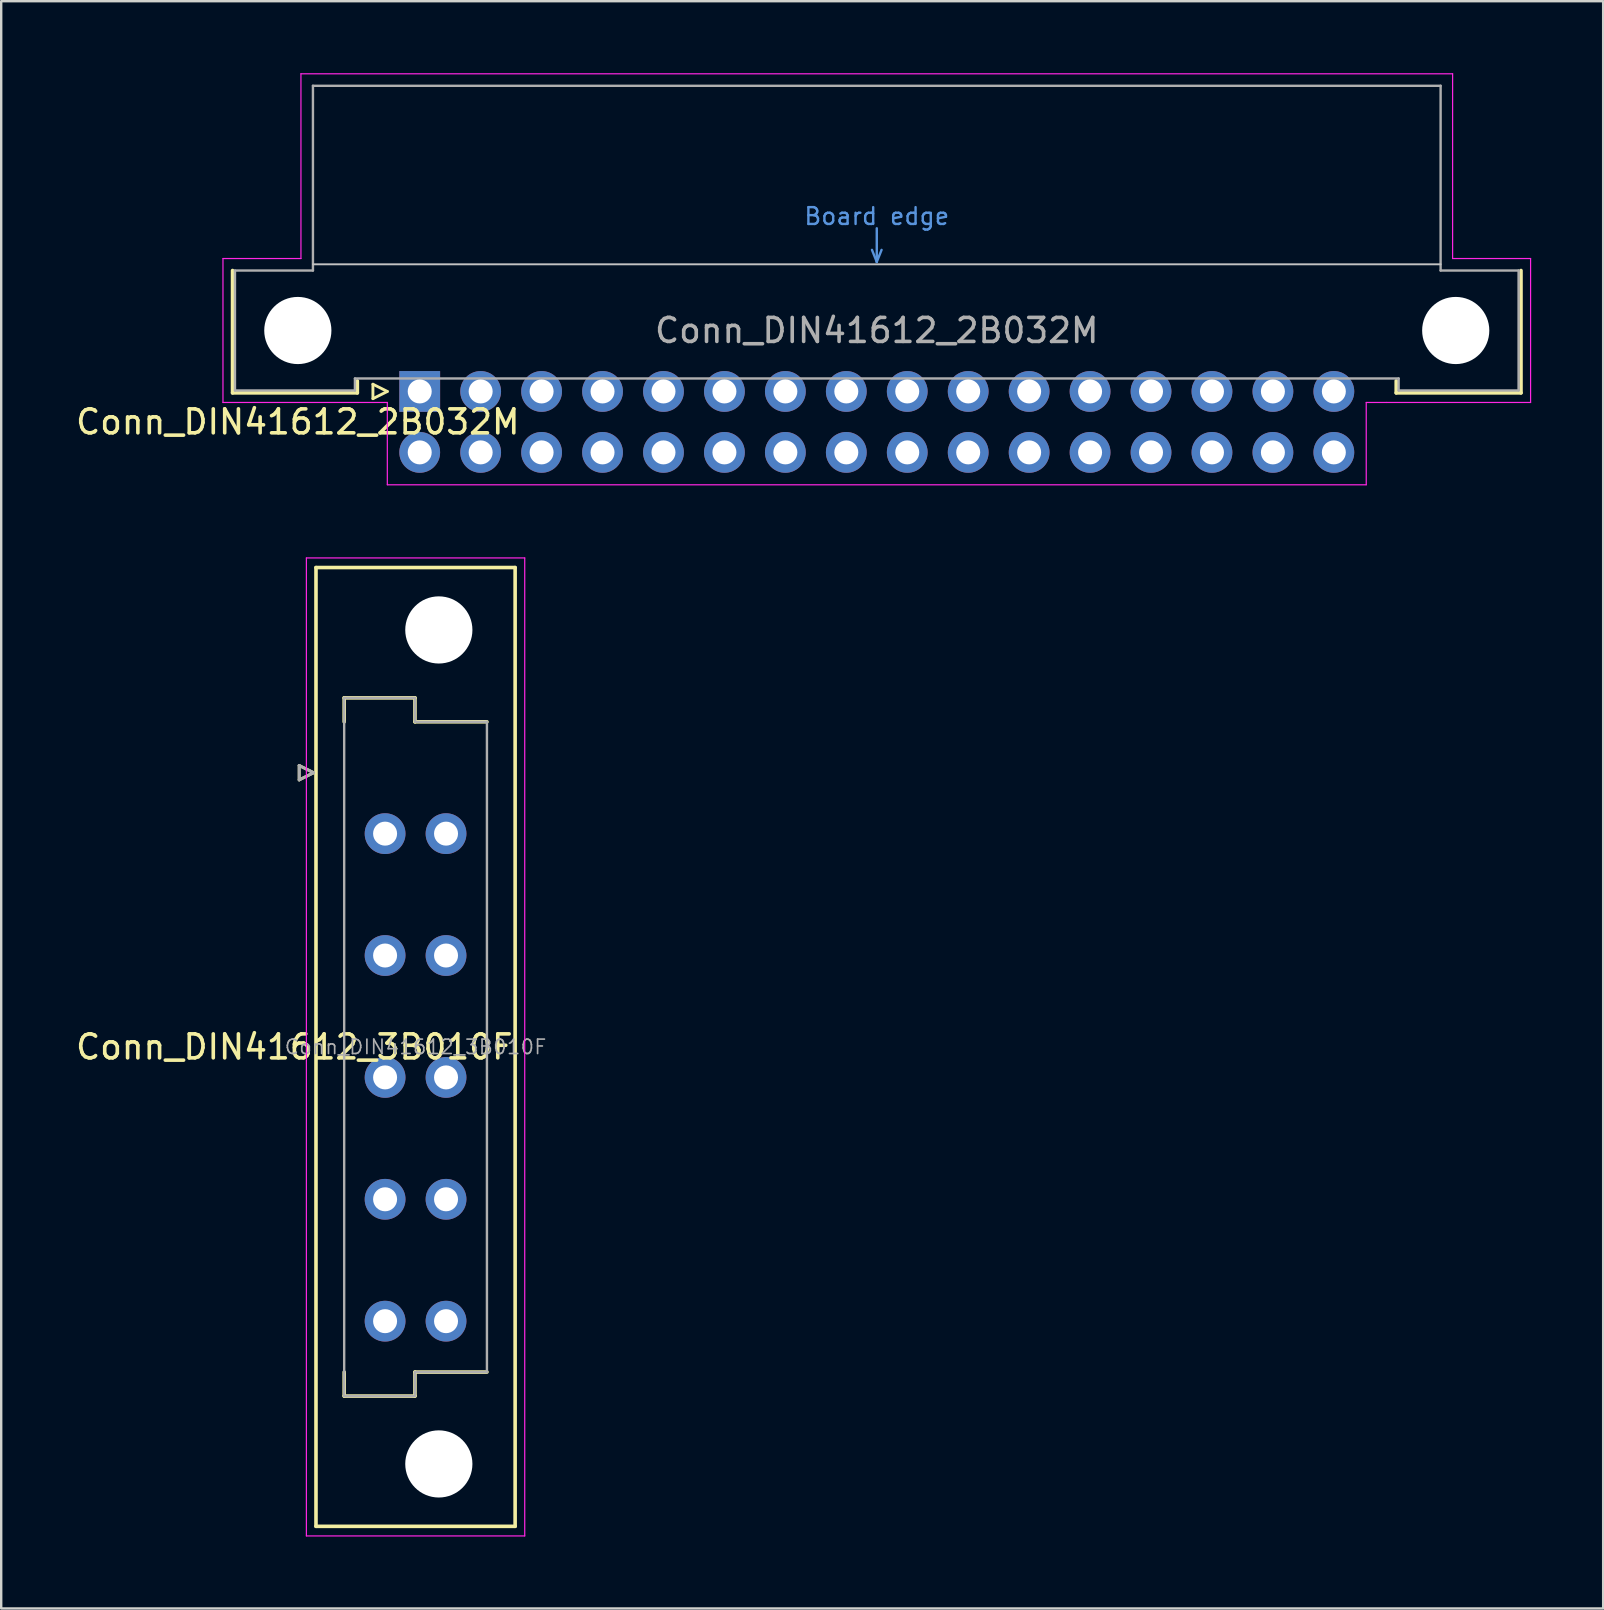
<source format=kicad_pcb>
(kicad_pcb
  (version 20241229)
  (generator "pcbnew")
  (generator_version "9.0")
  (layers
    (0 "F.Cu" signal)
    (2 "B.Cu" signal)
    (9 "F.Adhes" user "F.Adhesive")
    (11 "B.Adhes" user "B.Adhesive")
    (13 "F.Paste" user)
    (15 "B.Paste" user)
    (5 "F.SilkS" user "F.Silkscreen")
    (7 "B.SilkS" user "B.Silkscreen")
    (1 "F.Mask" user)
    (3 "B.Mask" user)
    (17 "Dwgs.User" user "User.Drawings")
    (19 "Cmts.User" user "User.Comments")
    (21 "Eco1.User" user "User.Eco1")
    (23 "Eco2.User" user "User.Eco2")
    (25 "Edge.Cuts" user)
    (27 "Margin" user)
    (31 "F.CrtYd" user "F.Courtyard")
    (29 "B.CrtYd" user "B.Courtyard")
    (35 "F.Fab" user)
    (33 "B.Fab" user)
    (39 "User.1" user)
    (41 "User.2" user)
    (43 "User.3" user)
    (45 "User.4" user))
  (footprint "Conn_DIN41612_3B010F"
    (layer "F.Cu")
    (at 13 29.155)
    (property "Reference" "Conn_DIN41612_3B010F" (at -3.78 11.43 0) (layer "F.SilkS") (effects (font (size 1 1) (thickness 0.15))))
    (attr through_hole)
    (fp_line (start -3.58 -0.3) (end -3.58 0.3) (stroke (width 0.12) (type solid)) (layer "F.SilkS"))
    (fp_line (start -3.58 0.3) (end -2.98 0) (stroke (width 0.12) (type solid)) (layer "F.SilkS"))
    (fp_line (start -2.98 0) (end -3.58 -0.3) (stroke (width 0.12) (type solid)) (layer "F.SilkS"))
    (fp_line (start -2.88 -8.55) (end -2.88 31.41) (stroke (width 0.15) (type solid)) (layer "F.SilkS"))
    (fp_line (start -2.88 31.41) (end 5.42 31.41) (stroke (width 0.15) (type solid)) (layer "F.SilkS"))
    (fp_line (start -1.705 -3.12) (end 1.245 -3.12) (stroke (width 0.15) (type solid)) (layer "F.SilkS"))
    (fp_line (start -1.705 -2.12) (end -1.705 -3.12) (stroke (width 0.15) (type solid)) (layer "F.SilkS"))
    (fp_line (start -1.705 25.98) (end -1.705 24.98) (stroke (width 0.15) (type solid)) (layer "F.SilkS"))
    (fp_line (start 1.245 -3.12) (end 1.245 -2.12) (stroke (width 0.15) (type solid)) (layer "F.SilkS"))
    (fp_line (start 1.245 -2.12) (end 4.245 -2.12) (stroke (width 0.15) (type solid)) (layer "F.SilkS"))
    (fp_line (start 1.245 24.98) (end 1.245 25.98) (stroke (width 0.15) (type solid)) (layer "F.SilkS"))
    (fp_line (start 1.245 25.98) (end -1.705 25.98) (stroke (width 0.15) (type solid)) (layer "F.SilkS"))
    (fp_line (start 4.245 24.98) (end 1.245 24.98) (stroke (width 0.15) (type solid)) (layer "F.SilkS"))
    (fp_line (start 5.42 -8.55) (end -2.88 -8.55) (stroke (width 0.15) (type solid)) (layer "F.SilkS"))
    (fp_line (start 5.42 31.41) (end 5.42 -8.55) (stroke (width 0.15) (type solid)) (layer "F.SilkS"))
    (fp_line (start -3.28 -8.95) (end -3.28 31.81) (stroke (width 0.05) (type solid)) (layer "F.CrtYd"))
    (fp_line (start -3.28 31.81) (end 5.82 31.81) (stroke (width 0.05) (type solid)) (layer "F.CrtYd"))
    (fp_line (start 5.82 -8.95) (end -3.28 -8.95) (stroke (width 0.05) (type solid)) (layer "F.CrtYd"))
    (fp_line (start 5.82 31.81) (end 5.82 -8.95) (stroke (width 0.05) (type solid)) (layer "F.CrtYd"))
    (fp_line (start -3.58 -0.3) (end -3.58 0.3) (stroke (width 0.12) (type solid)) (layer "F.Fab"))
    (fp_line (start -3.58 0.3) (end -2.98 0) (stroke (width 0.12) (type solid)) (layer "F.Fab"))
    (fp_line (start -2.98 0) (end -3.58 -0.3) (stroke (width 0.12) (type solid)) (layer "F.Fab"))
    (fp_line (start -1.705 -3.12) (end 1.245 -3.12) (stroke (width 0.1) (type solid)) (layer "F.Fab"))
    (fp_line (start -1.705 -2.12) (end -1.705 -3.12) (stroke (width 0.1) (type solid)) (layer "F.Fab"))
    (fp_line (start -1.705 24.98) (end -1.705 -2.12) (stroke (width 0.1) (type solid)) (layer "F.Fab"))
    (fp_line (start -1.705 25.98) (end -1.705 24.98) (stroke (width 0.1) (type solid)) (layer "F.Fab"))
    (fp_line (start 1.245 -3.12) (end 1.245 -2.12) (stroke (width 0.1) (type solid)) (layer "F.Fab"))
    (fp_line (start 1.245 -2.12) (end 4.245 -2.12) (stroke (width 0.1) (type solid)) (layer "F.Fab"))
    (fp_line (start 1.245 24.98) (end 1.245 25.98) (stroke (width 0.1) (type solid)) (layer "F.Fab"))
    (fp_line (start 1.245 25.98) (end -1.705 25.98) (stroke (width 0.1) (type solid)) (layer "F.Fab"))
    (fp_line (start 4.245 -2.12) (end 4.245 24.98) (stroke (width 0.1) (type solid)) (layer "F.Fab"))
    (fp_line (start 4.245 24.98) (end 1.245 24.98) (stroke (width 0.1) (type solid)) (layer "F.Fab"))
    (fp_text user "${REFERENCE}" (at 1.27 11.43 0) (layer "F.Fab") (effects (font (size 0.6 0.6) (thickness 0.07))))
    (pad "" np_thru_hole circle (at 2.24 -5.95) (size 2.8 2.8) (drill 2.8) (layers "*.Cu" "*.Mask"))
    (pad "" np_thru_hole circle (at 2.24 28.81) (size 2.8 2.8) (drill 2.8) (layers "*.Cu" "*.Mask"))
    (pad "A2" thru_hole circle (at 0 2.54) (size 1.7 1.7) (drill 1) (layers "*.Cu" "*.Mask"))
    (pad "A4" thru_hole circle (at 0 7.62) (size 1.7 1.7) (drill 1) (layers "*.Cu" "*.Mask"))
    (pad "A6" thru_hole circle (at 0 12.7) (size 1.7 1.7) (drill 1) (layers "*.Cu" "*.Mask"))
    (pad "A8" thru_hole circle (at 0 17.78) (size 1.7 1.7) (drill 1) (layers "*.Cu" "*.Mask"))
    (pad "A10" thru_hole circle (at 0 22.86) (size 1.7 1.7) (drill 1) (layers "*.Cu" "*.Mask"))
    (pad "B2" thru_hole circle (at 2.54 2.54) (size 1.7 1.7) (drill 1) (layers "*.Cu" "*.Mask"))
    (pad "B4" thru_hole circle (at 2.54 7.62) (size 1.7 1.7) (drill 1) (layers "*.Cu" "*.Mask"))
    (pad "B6" thru_hole circle (at 2.54 12.7) (size 1.7 1.7) (drill 1) (layers "*.Cu" "*.Mask"))
    (pad "B8" thru_hole circle (at 2.54 17.78) (size 1.7 1.7) (drill 1) (layers "*.Cu" "*.Mask"))
    (pad "B10" thru_hole circle (at 2.54 22.86) (size 1.7 1.7) (drill 1) (layers "*.Cu" "*.Mask")))
  (footprint "Conn_DIN41612_2B032M"
    (layer "F.Cu")
    (at 14.443 13.265)
    (property "Reference" "Conn_DIN41612_2B032M" (at -5.08 1.27 0) (layer "F.SilkS") (effects (font (size 1 1) (thickness 0.15))))
    (attr through_hole)
    (fp_line (start -7.8 0.06) (end -7.8 -5.04) (stroke (width 0.15) (type solid)) (layer "F.SilkS"))
    (fp_line (start -2.6 -0.44) (end -2.6 0.06) (stroke (width 0.15) (type solid)) (layer "F.SilkS"))
    (fp_line (start -2.6 0.06) (end -7.8 0.06) (stroke (width 0.15) (type solid)) (layer "F.SilkS"))
    (fp_line (start -1.95 -0.3) (end -1.95 0.3) (stroke (width 0.12) (type solid)) (layer "F.SilkS"))
    (fp_line (start -1.95 0.3) (end -1.35 0) (stroke (width 0.12) (type solid)) (layer "F.SilkS"))
    (fp_line (start -1.35 0) (end -1.95 -0.3) (stroke (width 0.12) (type solid)) (layer "F.SilkS"))
    (fp_line (start 40.7 -0.44) (end 40.7 0.06) (stroke (width 0.15) (type solid)) (layer "F.SilkS"))
    (fp_line (start 40.7 0.06) (end 45.9 0.06) (stroke (width 0.15) (type solid)) (layer "F.SilkS"))
    (fp_line (start 45.9 0.06) (end 45.9 -5.04) (stroke (width 0.15) (type solid)) (layer "F.SilkS"))
    (fp_line (start -4.45 -5.3) (end 42.55 -5.3) (stroke (width 0.08) (type solid)) (layer "Dwgs.User"))
    (fp_line (start 18.85 -5.9) (end 19.05 -5.4) (stroke (width 0.1) (type solid)) (layer "Cmts.User"))
    (fp_line (start 19.05 -6.8) (end 19.05 -5.4) (stroke (width 0.1) (type solid)) (layer "Cmts.User"))
    (fp_line (start 19.05 -5.4) (end 19.25 -5.9) (stroke (width 0.1) (type solid)) (layer "Cmts.User"))
    (fp_line (start -8.2 -5.54) (end -4.95 -5.54) (stroke (width 0.05) (type solid)) (layer "F.CrtYd"))
    (fp_line (start -8.2 0.46) (end -8.2 -5.54) (stroke (width 0.05) (type solid)) (layer "F.CrtYd"))
    (fp_line (start -4.95 -13.24) (end 43.05 -13.24) (stroke (width 0.05) (type solid)) (layer "F.CrtYd"))
    (fp_line (start -4.95 -5.54) (end -4.95 -13.24) (stroke (width 0.05) (type solid)) (layer "F.CrtYd"))
    (fp_line (start -1.35 0.46) (end -8.2 0.46) (stroke (width 0.05) (type solid)) (layer "F.CrtYd"))
    (fp_line (start -1.35 3.89) (end -1.35 0.46) (stroke (width 0.05) (type solid)) (layer "F.CrtYd"))
    (fp_line (start 39.45 0.46) (end 39.45 3.89) (stroke (width 0.05) (type solid)) (layer "F.CrtYd"))
    (fp_line (start 39.45 3.89) (end -1.35 3.89) (stroke (width 0.05) (type solid)) (layer "F.CrtYd"))
    (fp_line (start 40.3 0.46) (end 39.45 0.46) (stroke (width 0.05) (type solid)) (layer "F.CrtYd"))
    (fp_line (start 43.05 -13.24) (end 43.05 -5.54) (stroke (width 0.05) (type solid)) (layer "F.CrtYd"))
    (fp_line (start 43.05 -5.54) (end 46.3 -5.54) (stroke (width 0.05) (type solid)) (layer "F.CrtYd"))
    (fp_line (start 46.3 -5.54) (end 46.3 0.46) (stroke (width 0.05) (type solid)) (layer "F.CrtYd"))
    (fp_line (start 46.3 0.46) (end 40.3 0.46) (stroke (width 0.05) (type solid)) (layer "F.CrtYd"))
    (fp_line (start -7.7 -5.04) (end -4.45 -5.04) (stroke (width 0.1) (type solid)) (layer "F.Fab"))
    (fp_line (start -7.7 -0.04) (end -7.7 -5.04) (stroke (width 0.1) (type solid)) (layer "F.Fab"))
    (fp_line (start -4.45 -12.74) (end 42.55 -12.74) (stroke (width 0.1) (type solid)) (layer "F.Fab"))
    (fp_line (start -4.45 -5.04) (end -4.45 -12.74) (stroke (width 0.1) (type solid)) (layer "F.Fab"))
    (fp_line (start -2.7 -0.54) (end -2.7 -0.04) (stroke (width 0.1) (type solid)) (layer "F.Fab"))
    (fp_line (start -2.7 -0.04) (end -7.7 -0.04) (stroke (width 0.1) (type solid)) (layer "F.Fab"))
    (fp_line (start 40.8 -0.54) (end -2.7 -0.54) (stroke (width 0.1) (type solid)) (layer "F.Fab"))
    (fp_line (start 40.8 -0.04) (end 40.8 -0.54) (stroke (width 0.1) (type solid)) (layer "F.Fab"))
    (fp_line (start 42.55 -12.74) (end 42.55 -5.04) (stroke (width 0.1) (type solid)) (layer "F.Fab"))
    (fp_line (start 42.55 -5.04) (end 45.8 -5.04) (stroke (width 0.1) (type solid)) (layer "F.Fab"))
    (fp_line (start 45.8 -5.04) (end 45.8 -0.04) (stroke (width 0.1) (type solid)) (layer "F.Fab"))
    (fp_line (start 45.8 -0.04) (end 40.8 -0.04) (stroke (width 0.1) (type solid)) (layer "F.Fab"))
    (fp_text user "Board edge" (at 19.05 -7.3 0) (layer "Cmts.User") (effects (font (size 0.7 0.7) (thickness 0.1))))
    (fp_text user "${REFERENCE}" (at 19.05 -2.54 0) (layer "F.Fab") (effects (font (size 1 1) (thickness 0.15))))
    (pad "" np_thru_hole circle (at -5.08 -2.54) (size 2.8 2.8) (drill 2.8) (layers "*.Cu" "*.Mask"))
    (pad "" np_thru_hole circle (at 43.18 -2.54) (size 2.8 2.8) (drill 2.8) (layers "*.Cu" "*.Mask"))
    (pad "A1" thru_hole rect (at 0 0) (size 1.7 1.7) (drill 1) (layers "*.Cu" "*.Mask"))
    (pad "A2" thru_hole circle (at 2.54 0) (size 1.7 1.7) (drill 1) (layers "*.Cu" "*.Mask"))
    (pad "A3" thru_hole circle (at 5.08 0) (size 1.7 1.7) (drill 1) (layers "*.Cu" "*.Mask"))
    (pad "A4" thru_hole circle (at 7.62 0) (size 1.7 1.7) (drill 1) (layers "*.Cu" "*.Mask"))
    (pad "A5" thru_hole circle (at 10.16 0) (size 1.7 1.7) (drill 1) (layers "*.Cu" "*.Mask"))
    (pad "A6" thru_hole circle (at 12.7 0) (size 1.7 1.7) (drill 1) (layers "*.Cu" "*.Mask"))
    (pad "A7" thru_hole circle (at 15.24 0) (size 1.7 1.7) (drill 1) (layers "*.Cu" "*.Mask"))
    (pad "A8" thru_hole circle (at 17.78 0) (size 1.7 1.7) (drill 1) (layers "*.Cu" "*.Mask"))
    (pad "A9" thru_hole circle (at 20.32 0) (size 1.7 1.7) (drill 1) (layers "*.Cu" "*.Mask"))
    (pad "A10" thru_hole circle (at 22.86 0) (size 1.7 1.7) (drill 1) (layers "*.Cu" "*.Mask"))
    (pad "A11" thru_hole circle (at 25.4 0) (size 1.7 1.7) (drill 1) (layers "*.Cu" "*.Mask"))
    (pad "A12" thru_hole circle (at 27.94 0) (size 1.7 1.7) (drill 1) (layers "*.Cu" "*.Mask"))
    (pad "A13" thru_hole circle (at 30.48 0) (size 1.7 1.7) (drill 1) (layers "*.Cu" "*.Mask"))
    (pad "A14" thru_hole circle (at 33.02 0) (size 1.7 1.7) (drill 1) (layers "*.Cu" "*.Mask"))
    (pad "A15" thru_hole circle (at 35.56 0) (size 1.7 1.7) (drill 1) (layers "*.Cu" "*.Mask"))
    (pad "A16" thru_hole circle (at 38.1 0) (size 1.7 1.7) (drill 1) (layers "*.Cu" "*.Mask"))
    (pad "B1" thru_hole circle (at 0 2.54) (size 1.7 1.7) (drill 1) (layers "*.Cu" "*.Mask"))
    (pad "B2" thru_hole circle (at 2.54 2.54) (size 1.7 1.7) (drill 1) (layers "*.Cu" "*.Mask"))
    (pad "B3" thru_hole circle (at 5.08 2.54) (size 1.7 1.7) (drill 1) (layers "*.Cu" "*.Mask"))
    (pad "B4" thru_hole circle (at 7.62 2.54) (size 1.7 1.7) (drill 1) (layers "*.Cu" "*.Mask"))
    (pad "B5" thru_hole circle (at 10.16 2.54) (size 1.7 1.7) (drill 1) (layers "*.Cu" "*.Mask"))
    (pad "B6" thru_hole circle (at 12.7 2.54) (size 1.7 1.7) (drill 1) (layers "*.Cu" "*.Mask"))
    (pad "B7" thru_hole circle (at 15.24 2.54) (size 1.7 1.7) (drill 1) (layers "*.Cu" "*.Mask"))
    (pad "B8" thru_hole circle (at 17.78 2.54) (size 1.7 1.7) (drill 1) (layers "*.Cu" "*.Mask"))
    (pad "B9" thru_hole circle (at 20.32 2.54) (size 1.7 1.7) (drill 1) (layers "*.Cu" "*.Mask"))
    (pad "B10" thru_hole circle (at 22.86 2.54) (size 1.7 1.7) (drill 1) (layers "*.Cu" "*.Mask"))
    (pad "B11" thru_hole circle (at 25.4 2.54) (size 1.7 1.7) (drill 1) (layers "*.Cu" "*.Mask"))
    (pad "B12" thru_hole circle (at 27.94 2.54) (size 1.7 1.7) (drill 1) (layers "*.Cu" "*.Mask"))
    (pad "B13" thru_hole circle (at 30.48 2.54) (size 1.7 1.7) (drill 1) (layers "*.Cu" "*.Mask"))
    (pad "B14" thru_hole circle (at 33.02 2.54) (size 1.7 1.7) (drill 1) (layers "*.Cu" "*.Mask"))
    (pad "B15" thru_hole circle (at 35.56 2.54) (size 1.7 1.7) (drill 1) (layers "*.Cu" "*.Mask"))
    (pad "B16" thru_hole circle (at 38.1 2.54) (size 1.7 1.7) (drill 1) (layers "*.Cu" "*.Mask")))
  (gr_rect
    (start -3 -3)
    (end 63.768 63.99)
    (stroke (width 0.1) (type default))
    (fill no)
    (layer "Edge.Cuts")))
</source>
